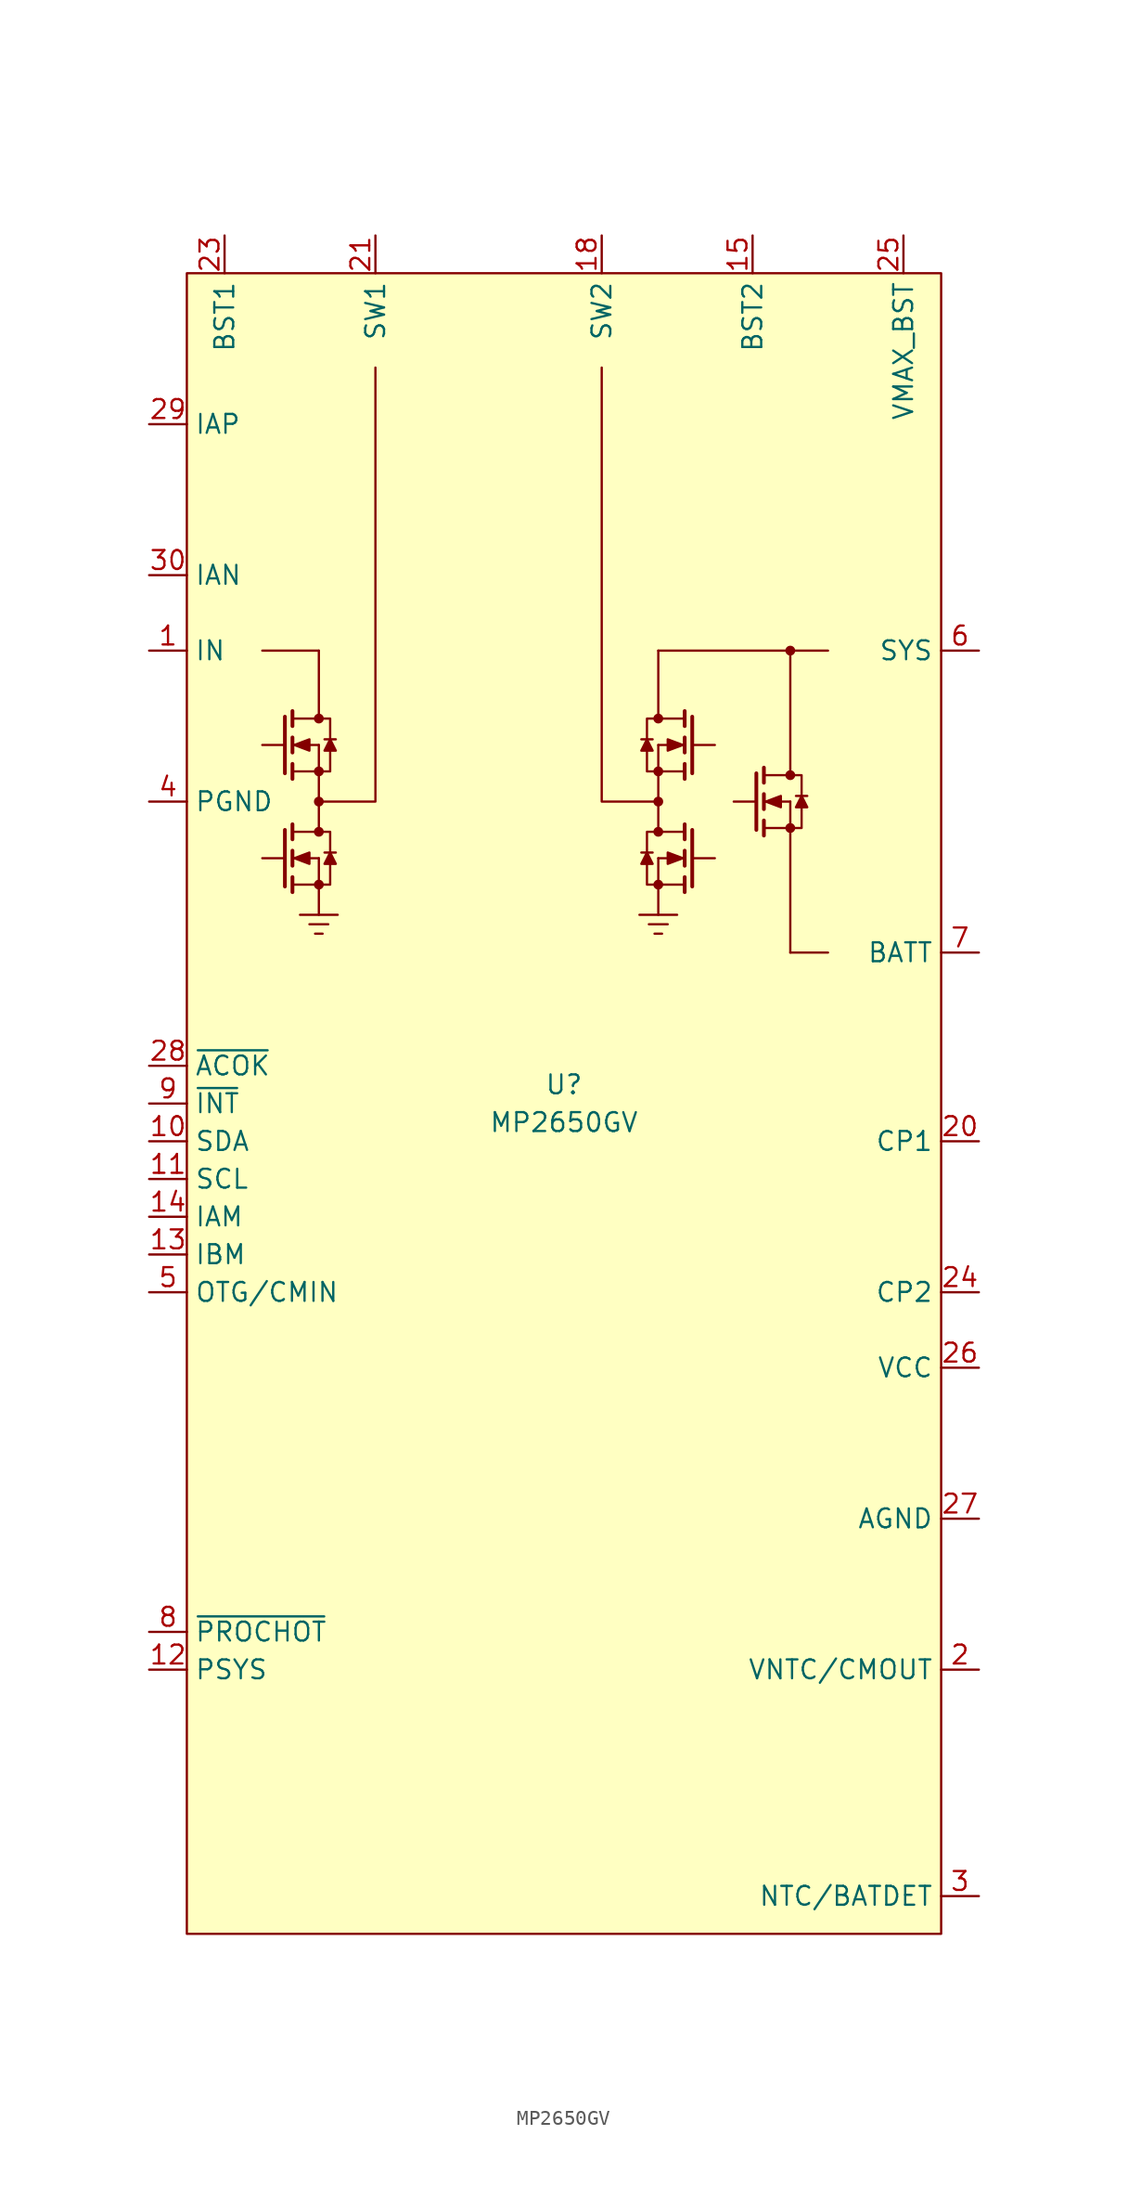
<source format=kicad_sym>
(kicad_symbol_lib
  (version 20220914)
  (generator kicad_symbol_editor)
  (symbol "MP2650GV"
    (property "Reference" "U"
      (at 0 1.27 0)
      (effects (font (size 1.27 1.27))))
    (property "Value" "MP2650GV"
      (at 0 -1.27 0)
      (effects (font (size 1.27 1.27))))
    (symbol "MP2650GV_0_1"
      (circle (center -16.51 14.732) (radius 0.254) (stroke (width 0) (type default)) (fill (type outline)))
      (circle (center -16.51 18.288) (radius 0.254) (stroke (width 0) (type default)) (fill (type outline)))
      (circle (center -16.51 20.32) (radius 0.254) (stroke (width 0) (type default)) (fill (type outline)))
      (circle (center -16.51 22.352) (radius 0.254) (stroke (width 0) (type default)) (fill (type outline)))
      (circle (center -16.51 25.908) (radius 0.254) (stroke (width 0) (type default)) (fill (type outline)))
      (polyline (pts (xy -20.32 16.51) (xy -18.796 16.51)) (stroke (width 0) (type default)) (fill (type none)))
      (polyline (pts (xy -20.32 24.13) (xy -18.796 24.13)) (stroke (width 0) (type default)) (fill (type none)))
      (polyline (pts (xy -20.32 30.48) (xy -16.51 30.48)) (stroke (width 0) (type default)) (fill (type none)))
      (polyline (pts (xy -18.288 14.732) (xy -16.51 14.732)) (stroke (width 0) (type default)) (fill (type none)))
      (polyline (pts (xy -18.288 15.24) (xy -18.288 14.224)) (stroke (width 0.254) (type default)) (fill (type none)))
      (polyline (pts (xy -18.288 16.51) (xy -16.51 16.51)) (stroke (width 0) (type default)) (fill (type none)))
      (polyline (pts (xy -18.288 17.018) (xy -18.288 16.002)) (stroke (width 0.254) (type default)) (fill (type none)))
      (polyline (pts (xy -18.288 18.288) (xy -16.51 18.288)) (stroke (width 0) (type default)) (fill (type none)))
      (polyline (pts (xy -18.288 18.796) (xy -18.288 17.78)) (stroke (width 0.254) (type default)) (fill (type none)))
      (polyline (pts (xy -18.288 22.352) (xy -16.51 22.352)) (stroke (width 0) (type default)) (fill (type none)))
      (polyline (pts (xy -18.288 22.86) (xy -18.288 21.844)) (stroke (width 0.254) (type default)) (fill (type none)))
      (polyline (pts (xy -18.288 24.13) (xy -16.51 24.13)) (stroke (width 0) (type default)) (fill (type none)))
      (polyline (pts (xy -18.288 24.638) (xy -18.288 23.622)) (stroke (width 0.254) (type default)) (fill (type none)))
      (polyline (pts (xy -18.288 25.908) (xy -16.51 25.908)) (stroke (width 0) (type default)) (fill (type none)))
      (polyline (pts (xy -18.288 26.416) (xy -18.288 25.4)) (stroke (width 0.254) (type default)) (fill (type none)))
      (polyline (pts (xy -17.78 12.7) (xy -15.24 12.7)) (stroke (width 0) (type default)) (fill (type none)))
      (polyline (pts (xy -17.145 12.065) (xy -15.875 12.065)) (stroke (width 0) (type default)) (fill (type none)))
      (polyline (pts (xy -16.764 11.43) (xy -16.256 11.43)) (stroke (width 0) (type default)) (fill (type none)))
      (polyline (pts (xy -16.51 14.732) (xy -16.51 12.7)) (stroke (width 0) (type default)) (fill (type none)))
      (polyline (pts (xy -16.51 14.732) (xy -16.51 16.51)) (stroke (width 0) (type default)) (fill (type none)))
      (polyline (pts (xy -16.51 20.32) (xy -16.51 18.288)) (stroke (width 0) (type default)) (fill (type none)))
      (polyline (pts (xy -16.51 22.352) (xy -16.51 20.32)) (stroke (width 0) (type default)) (fill (type none)))
      (polyline (pts (xy -16.51 22.352) (xy -16.51 24.13)) (stroke (width 0) (type default)) (fill (type none)))
      (polyline (pts (xy -16.51 30.48) (xy -16.51 25.908)) (stroke (width 0) (type default)) (fill (type none)))
      (polyline (pts (xy -16.129 16.891) (xy -15.367 16.891)) (stroke (width 0) (type default)) (fill (type none)))
      (polyline (pts (xy -16.129 24.511) (xy -15.367 24.511)) (stroke (width 0) (type default)) (fill (type none)))
      (polyline (pts (xy 5.969 16.891) (xy 5.207 16.891)) (stroke (width 0) (type default)) (fill (type none)))
      (polyline (pts (xy 5.969 24.511) (xy 5.207 24.511)) (stroke (width 0) (type default)) (fill (type none)))
      (polyline (pts (xy 6.35 14.732) (xy 6.35 12.7)) (stroke (width 0) (type default)) (fill (type none)))
      (polyline (pts (xy 6.35 14.732) (xy 6.35 16.51)) (stroke (width 0) (type default)) (fill (type none)))
      (polyline (pts (xy 6.35 20.32) (xy 6.35 18.288)) (stroke (width 0) (type default)) (fill (type none)))
      (polyline (pts (xy 6.35 22.352) (xy 6.35 20.32)) (stroke (width 0) (type default)) (fill (type none)))
      (polyline (pts (xy 6.35 22.352) (xy 6.35 24.13)) (stroke (width 0) (type default)) (fill (type none)))
      (polyline (pts (xy 6.35 30.48) (xy 6.35 25.908)) (stroke (width 0) (type default)) (fill (type none)))
      (polyline (pts (xy 6.604 11.43) (xy 6.096 11.43)) (stroke (width 0) (type default)) (fill (type none)))
      (polyline (pts (xy 6.985 12.065) (xy 5.715 12.065)) (stroke (width 0) (type default)) (fill (type none)))
      (polyline (pts (xy 7.62 12.7) (xy 5.08 12.7)) (stroke (width 0) (type default)) (fill (type none)))
      (polyline (pts (xy 8.128 14.732) (xy 6.35 14.732)) (stroke (width 0) (type default)) (fill (type none)))
      (polyline (pts (xy 8.128 15.24) (xy 8.128 14.224)) (stroke (width 0.254) (type default)) (fill (type none)))
      (polyline (pts (xy 8.128 16.51) (xy 6.35 16.51)) (stroke (width 0) (type default)) (fill (type none)))
      (polyline (pts (xy 8.128 17.018) (xy 8.128 16.002)) (stroke (width 0.254) (type default)) (fill (type none)))
      (polyline (pts (xy 8.128 18.288) (xy 6.35 18.288)) (stroke (width 0) (type default)) (fill (type none)))
      (polyline (pts (xy 8.128 18.796) (xy 8.128 17.78)) (stroke (width 0.254) (type default)) (fill (type none)))
      (polyline (pts (xy 8.128 22.352) (xy 6.35 22.352)) (stroke (width 0) (type default)) (fill (type none)))
      (polyline (pts (xy 8.128 22.86) (xy 8.128 21.844)) (stroke (width 0.254) (type default)) (fill (type none)))
      (polyline (pts (xy 8.128 24.13) (xy 6.35 24.13)) (stroke (width 0) (type default)) (fill (type none)))
      (polyline (pts (xy 8.128 24.638) (xy 8.128 23.622)) (stroke (width 0.254) (type default)) (fill (type none)))
      (polyline (pts (xy 8.128 25.908) (xy 6.35 25.908)) (stroke (width 0) (type default)) (fill (type none)))
      (polyline (pts (xy 8.128 26.416) (xy 8.128 25.4)) (stroke (width 0.254) (type default)) (fill (type none)))
      (polyline (pts (xy 10.16 16.51) (xy 8.636 16.51)) (stroke (width 0) (type default)) (fill (type none)))
      (polyline (pts (xy 10.16 24.13) (xy 8.636 24.13)) (stroke (width 0) (type default)) (fill (type none)))
      (polyline (pts (xy 11.43 20.32) (xy 12.954 20.32)) (stroke (width 0) (type default)) (fill (type none)))
      (polyline (pts (xy 13.462 18.542) (xy 15.24 18.542)) (stroke (width 0) (type default)) (fill (type none)))
      (polyline (pts (xy 13.462 19.05) (xy 13.462 18.034)) (stroke (width 0.254) (type default)) (fill (type none)))
      (polyline (pts (xy 13.462 20.32) (xy 15.24 20.32)) (stroke (width 0) (type default)) (fill (type none)))
      (polyline (pts (xy 13.462 20.828) (xy 13.462 19.812)) (stroke (width 0.254) (type default)) (fill (type none)))
      (polyline (pts (xy 13.462 22.098) (xy 15.24 22.098)) (stroke (width 0) (type default)) (fill (type none)))
      (polyline (pts (xy 13.462 22.606) (xy 13.462 21.59)) (stroke (width 0.254) (type default)) (fill (type none)))
      (polyline (pts (xy 15.24 18.542) (xy 15.24 10.16)) (stroke (width 0) (type default)) (fill (type none)))
      (polyline (pts (xy 15.24 18.542) (xy 15.24 20.32)) (stroke (width 0) (type default)) (fill (type none)))
      (polyline (pts (xy 15.24 30.48) (xy 6.35 30.48)) (stroke (width 0) (type default)) (fill (type none)))
      (polyline (pts (xy 15.24 30.48) (xy 15.24 22.098)) (stroke (width 0) (type default)) (fill (type none)))
      (polyline (pts (xy 15.621 20.701) (xy 16.383 20.701)) (stroke (width 0) (type default)) (fill (type none)))
      (polyline (pts (xy 17.78 10.16) (xy 15.24 10.16)) (stroke (width 0) (type default)) (fill (type none)))
      (polyline (pts (xy 17.78 30.48) (xy 15.24 30.48)) (stroke (width 0) (type default)) (fill (type none)))
      (polyline (pts (xy -18.796 18.415) (xy -18.796 14.605) (xy -18.796 14.605)) (stroke (width 0.254) (type default)) (fill (type none)))
      (polyline (pts (xy -18.796 26.035) (xy -18.796 22.225) (xy -18.796 22.225)) (stroke (width 0.254) (type default)) (fill (type none)))
      (polyline (pts (xy -16.51 14.732) (xy -15.748 14.732) (xy -15.748 16.256)) (stroke (width 0) (type default)) (fill (type none)))
      (polyline (pts (xy -16.51 22.352) (xy -15.748 22.352) (xy -15.748 23.876)) (stroke (width 0) (type default)) (fill (type none)))
      (polyline (pts (xy -15.748 16.891) (xy -15.748 18.288) (xy -16.51 18.288)) (stroke (width 0) (type default)) (fill (type none)))
      (polyline (pts (xy -15.748 24.511) (xy -15.748 25.908) (xy -16.51 25.908)) (stroke (width 0) (type default)) (fill (type none)))
      (polyline (pts (xy -12.7 49.53) (xy -12.7 20.32) (xy -16.51 20.32)) (stroke (width 0) (type default)) (fill (type none)))
      (polyline (pts (xy 2.54 49.53) (xy 2.54 20.32) (xy 6.35 20.32)) (stroke (width 0) (type default)) (fill (type none)))
      (polyline (pts (xy 5.588 16.891) (xy 5.588 18.288) (xy 6.35 18.288)) (stroke (width 0) (type default)) (fill (type none)))
      (polyline (pts (xy 5.588 24.511) (xy 5.588 25.908) (xy 6.35 25.908)) (stroke (width 0) (type default)) (fill (type none)))
      (polyline (pts (xy 6.35 14.732) (xy 5.588 14.732) (xy 5.588 16.256)) (stroke (width 0) (type default)) (fill (type none)))
      (polyline (pts (xy 6.35 22.352) (xy 5.588 22.352) (xy 5.588 23.876)) (stroke (width 0) (type default)) (fill (type none)))
      (polyline (pts (xy 8.636 18.415) (xy 8.636 14.605) (xy 8.636 14.605)) (stroke (width 0.254) (type default)) (fill (type none)))
      (polyline (pts (xy 8.636 26.035) (xy 8.636 22.225) (xy 8.636 22.225)) (stroke (width 0.254) (type default)) (fill (type none)))
      (polyline (pts (xy 12.954 22.225) (xy 12.954 18.415) (xy 12.954 18.415)) (stroke (width 0.254) (type default)) (fill (type none)))
      (polyline (pts (xy 15.24 18.542) (xy 16.002 18.542) (xy 16.002 20.066)) (stroke (width 0) (type default)) (fill (type none)))
      (polyline (pts (xy 16.002 20.701) (xy 16.002 22.098) (xy 15.24 22.098)) (stroke (width 0) (type default)) (fill (type none)))
      (polyline (pts (xy -17.145 16.129) (xy -17.145 16.891) (xy -18.161 16.51) (xy -17.145 16.129)) (stroke (width 0) (type default)) (fill (type outline)))
      (polyline (pts (xy -17.145 23.749) (xy -17.145 24.511) (xy -18.161 24.13) (xy -17.145 23.749)) (stroke (width 0) (type default)) (fill (type outline)))
      (polyline (pts (xy 6.985 16.129) (xy 6.985 16.891) (xy 8.001 16.51) (xy 6.985 16.129)) (stroke (width 0) (type default)) (fill (type outline)))
      (polyline (pts (xy 6.985 23.749) (xy 6.985 24.511) (xy 8.001 24.13) (xy 6.985 23.749)) (stroke (width 0) (type default)) (fill (type outline)))
      (polyline (pts (xy 14.605 19.939) (xy 14.605 20.701) (xy 13.589 20.32) (xy 14.605 19.939)) (stroke (width 0) (type default)) (fill (type outline)))
      (polyline (pts (xy -15.748 16.891) (xy -16.129 16.129) (xy -15.748 16.129) (xy -15.367 16.129) (xy -15.748 16.891)) (stroke (width 0) (type default)) (fill (type outline)))
      (polyline (pts (xy -15.748 24.511) (xy -16.129 23.749) (xy -15.748 23.749) (xy -15.367 23.749) (xy -15.748 24.511)) (stroke (width 0) (type default)) (fill (type outline)))
      (polyline (pts (xy 5.588 16.891) (xy 5.969 16.129) (xy 5.588 16.129) (xy 5.207 16.129) (xy 5.588 16.891)) (stroke (width 0) (type default)) (fill (type outline)))
      (polyline (pts (xy 5.588 24.511) (xy 5.969 23.749) (xy 5.588 23.749) (xy 5.207 23.749) (xy 5.588 24.511)) (stroke (width 0) (type default)) (fill (type outline)))
      (polyline (pts (xy 16.002 20.701) (xy 15.621 19.939) (xy 16.002 19.939) (xy 16.383 19.939) (xy 16.002 20.701)) (stroke (width 0) (type default)) (fill (type outline)))
      (circle (center 6.35 14.732) (radius 0.254) (stroke (width 0) (type default)) (fill (type outline)))
      (circle (center 6.35 18.288) (radius 0.254) (stroke (width 0) (type default)) (fill (type outline)))
      (circle (center 6.35 20.32) (radius 0.254) (stroke (width 0) (type default)) (fill (type outline)))
      (circle (center 6.35 22.352) (radius 0.254) (stroke (width 0) (type default)) (fill (type outline)))
      (circle (center 6.35 25.908) (radius 0.254) (stroke (width 0) (type default)) (fill (type outline)))
      (circle (center 15.24 18.542) (radius 0.254) (stroke (width 0) (type default)) (fill (type outline)))
      (circle (center 15.24 22.098) (radius 0.254) (stroke (width 0) (type default)) (fill (type outline)))
      (circle (center 15.24 30.48) (radius 0.254) (stroke (width 0) (type default)) (fill (type outline))))
    (symbol "MP2650GV_1_1"
      (rectangle (start -25.4 55.88) (end 25.4 -55.88) (stroke (width 0) (type default)) (fill (type background)))
      (pin power_in line (at -27.94 30.48 0) (length 2.54) (name "IN" (effects (font (size 1.27 1.27)))) (number "1" (effects (font (size 1.27 1.27)))))
      (pin bidirectional line (at -27.94 -2.54 0) (length 2.54) (name "SDA" (effects (font (size 1.27 1.27)))) (number "10" (effects (font (size 1.27 1.27)))))
      (pin bidirectional line (at -27.94 -5.08 0) (length 2.54) (name "SCL" (effects (font (size 1.27 1.27)))) (number "11" (effects (font (size 1.27 1.27)))))
      (pin output line (at -27.94 -38.1 0) (length 2.54) (name "PSYS" (effects (font (size 1.27 1.27)))) (number "12" (effects (font (size 1.27 1.27)))))
      (pin output line (at -27.94 -10.16 0) (length 2.54) (name "IBM" (effects (font (size 1.27 1.27)))) (number "13" (effects (font (size 1.27 1.27)))))
      (pin output line (at -27.94 -7.62 0) (length 2.54) (name "IAM" (effects (font (size 1.27 1.27)))) (number "14" (effects (font (size 1.27 1.27)))))
      (pin unspecified line (at 12.7 58.42 270) (length 2.54) (name "BST2" (effects (font (size 1.27 1.27)))) (number "15" (effects (font (size 1.27 1.27)))))
      (pin unspecified line (at 27.94 10.16 180) (length 2.54) hide (name "BATT" (effects (font (size 1.27 1.27)))) (number "16" (effects (font (size 1.27 1.27)))))
      (pin power_out line (at 27.94 30.48 180) (length 2.54) hide (name "SYS" (effects (font (size 1.27 1.27)))) (number "17" (effects (font (size 1.27 1.27)))))
      (pin unspecified line (at 2.54 58.42 270) (length 2.54) (name "SW2" (effects (font (size 1.27 1.27)))) (number "18" (effects (font (size 1.27 1.27)))))
      (pin power_in line (at -27.94 20.32 0) (length 2.54) hide (name "PGND" (effects (font (size 1.27 1.27)))) (number "19" (effects (font (size 1.27 1.27)))))
      (pin input line (at 27.94 -38.1 180) (length 2.54) (name "VNTC/CMOUT" (effects (font (size 1.27 1.27)))) (number "2" (effects (font (size 1.27 1.27)))))
      (pin unspecified line (at 27.94 -2.54 180) (length 2.54) (name "CP1" (effects (font (size 1.27 1.27)))) (number "20" (effects (font (size 1.27 1.27)))))
      (pin unspecified line (at -12.7 58.42 270) (length 2.54) (name "SW1" (effects (font (size 1.27 1.27)))) (number "21" (effects (font (size 1.27 1.27)))))
      (pin power_in line (at -27.94 30.48 0) (length 2.54) hide (name "IN" (effects (font (size 1.27 1.27)))) (number "22" (effects (font (size 1.27 1.27)))))
      (pin unspecified line (at -22.86 58.42 270) (length 2.54) (name "BST1" (effects (font (size 1.27 1.27)))) (number "23" (effects (font (size 1.27 1.27)))))
      (pin unspecified line (at 27.94 -12.7 180) (length 2.54) (name "CP2" (effects (font (size 1.27 1.27)))) (number "24" (effects (font (size 1.27 1.27)))))
      (pin power_out line (at 22.86 58.42 270) (length 2.54) (name "VMAX_BST" (effects (font (size 1.27 1.27)))) (number "25" (effects (font (size 1.27 1.27)))))
      (pin power_out line (at 27.94 -17.78 180) (length 2.54) (name "VCC" (effects (font (size 1.27 1.27)))) (number "26" (effects (font (size 1.27 1.27)))))
      (pin power_out line (at 27.94 -27.94 180) (length 2.54) (name "AGND" (effects (font (size 1.27 1.27)))) (number "27" (effects (font (size 1.27 1.27)))))
      (pin open_collector line (at -27.94 2.54 0) (length 2.54) (name "~{ACOK}" (effects (font (size 1.27 1.27)))) (number "28" (effects (font (size 1.27 1.27)))))
      (pin input line (at -27.94 45.72 0) (length 2.54) (name "IAP" (effects (font (size 1.27 1.27)))) (number "29" (effects (font (size 1.27 1.27)))))
      (pin input line (at 27.94 -53.34 180) (length 2.54) (name "NTC/BATDET" (effects (font (size 1.27 1.27)))) (number "3" (effects (font (size 1.27 1.27)))))
      (pin input line (at -27.94 35.56 0) (length 2.54) (name "IAN" (effects (font (size 1.27 1.27)))) (number "30" (effects (font (size 1.27 1.27)))))
      (pin power_in line (at -27.94 20.32 0) (length 2.54) (name "PGND" (effects (font (size 1.27 1.27)))) (number "4" (effects (font (size 1.27 1.27)))))
      (pin input line (at -27.94 -12.7 0) (length 2.54) (name "OTG/CMIN" (effects (font (size 1.27 1.27)))) (number "5" (effects (font (size 1.27 1.27)))))
      (pin power_out line (at 27.94 30.48 180) (length 2.54) (name "SYS" (effects (font (size 1.27 1.27)))) (number "6" (effects (font (size 1.27 1.27)))))
      (pin unspecified line (at 27.94 10.16 180) (length 2.54) (name "BATT" (effects (font (size 1.27 1.27)))) (number "7" (effects (font (size 1.27 1.27)))))
      (pin open_collector line (at -27.94 -35.56 0) (length 2.54) (name "~{PROCHOT}" (effects (font (size 1.27 1.27)))) (number "8" (effects (font (size 1.27 1.27)))))
      (pin output line (at -27.94 0 0) (length 2.54) (name "~{INT}" (effects (font (size 1.27 1.27)))) (number "9" (effects (font (size 1.27 1.27))))))))
</source>
